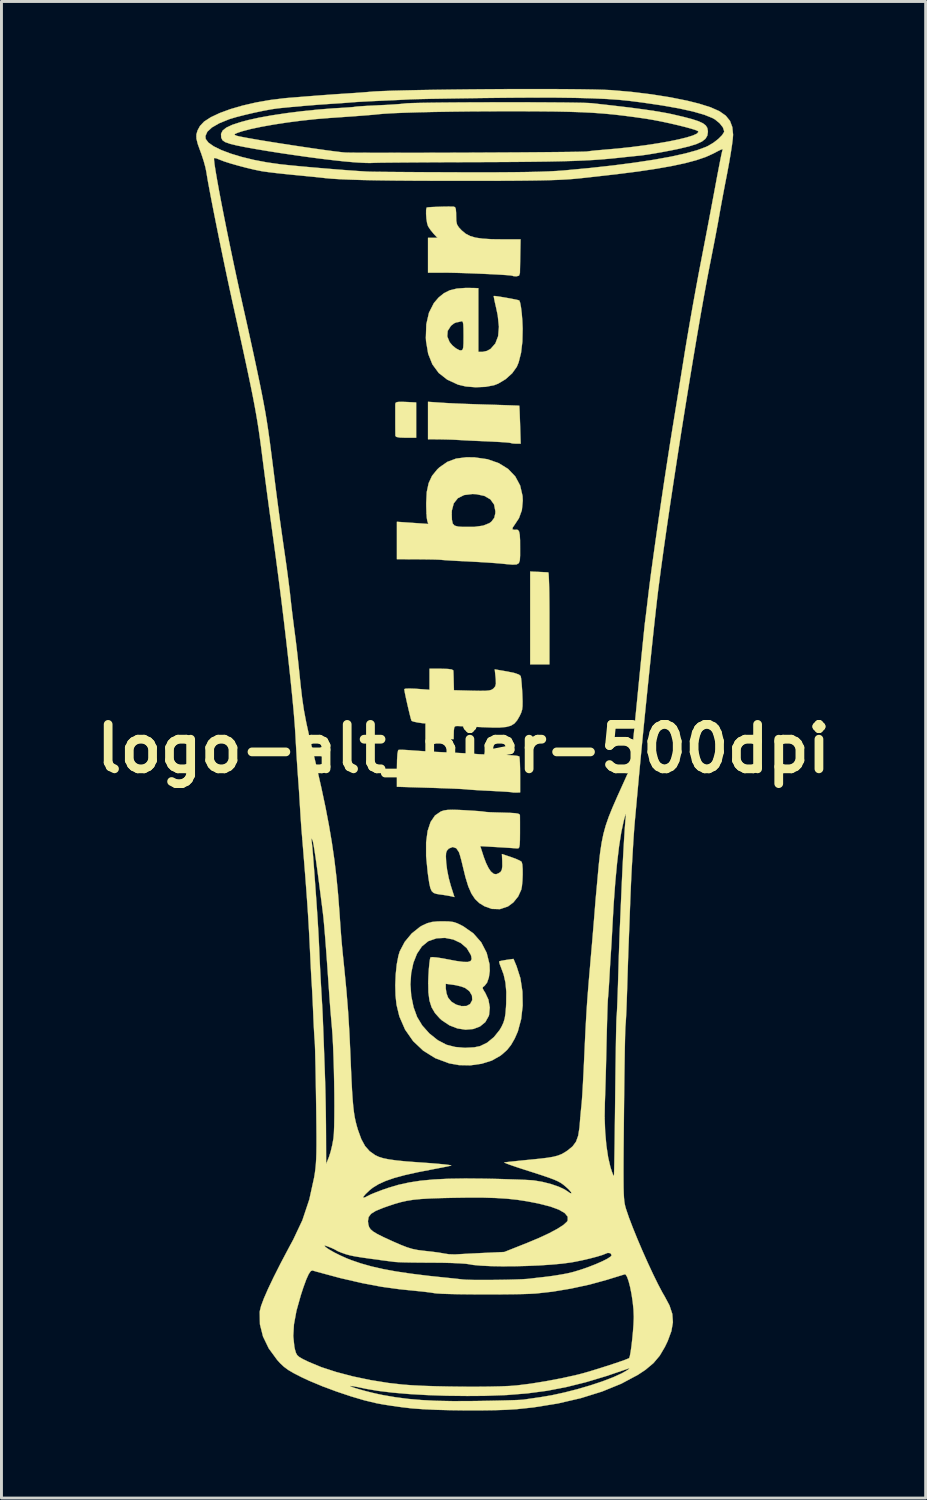
<source format=kicad_pcb>
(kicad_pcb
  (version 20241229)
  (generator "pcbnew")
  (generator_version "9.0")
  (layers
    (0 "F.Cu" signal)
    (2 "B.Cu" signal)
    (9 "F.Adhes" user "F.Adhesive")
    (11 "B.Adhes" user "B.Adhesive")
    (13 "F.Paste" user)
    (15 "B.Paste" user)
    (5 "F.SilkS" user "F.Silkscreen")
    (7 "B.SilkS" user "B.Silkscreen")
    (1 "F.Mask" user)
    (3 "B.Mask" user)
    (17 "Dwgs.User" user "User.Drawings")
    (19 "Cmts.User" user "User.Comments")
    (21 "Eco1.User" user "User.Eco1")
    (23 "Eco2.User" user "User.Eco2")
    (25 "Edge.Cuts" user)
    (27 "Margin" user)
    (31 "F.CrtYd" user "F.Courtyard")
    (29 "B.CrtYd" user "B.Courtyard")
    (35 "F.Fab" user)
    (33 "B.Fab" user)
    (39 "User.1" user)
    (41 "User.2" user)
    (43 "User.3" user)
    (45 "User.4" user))
  (footprint "logo-alt_bier-500dpi"
    (layer "F.Cu")
    (at 12.852 22.635)
    (property "Reference" "logo-alt_bier-500dpi" (at 0 0 0) (layer "F.SilkS") (effects (font (size 1.524 1.524) (thickness 0.3))))
    (attr through_hole)
    (fp_poly (pts (xy 2.578 -6.066) (xy 2.743 -6.058) (xy 2.865 -6.052) (xy 2.908 -6.049) (xy 2.918 -5.999) (xy 2.926 -5.86) (xy 2.934 -5.644) (xy 2.94 -5.363) (xy 2.944 -5.029) (xy 2.946 -4.656) (xy 2.946 -4.47) (xy 2.946 -2.896) (xy 2.286 -2.896) (xy 2.286 -6.079) (xy 2.578 -6.066)) (stroke (width 0.01) (type solid)) (fill yes) (layer "F.SilkS"))
    (fp_poly (pts (xy -1.981 -11.896) (xy -1.626 -11.879) (xy -1.626 -10.668) (xy -1.981 -10.668) (xy -2.189 -10.675) (xy -2.305 -10.697) (xy -2.338 -10.732) (xy -2.34 -10.834) (xy -2.341 -11.001) (xy -2.342 -11.205) (xy -2.342 -11.419) (xy -2.342 -11.614) (xy -2.342 -11.763) (xy -2.34 -11.836) (xy -2.32 -11.877) (xy -2.25 -11.897) (xy -2.112 -11.9) (xy -1.981 -11.896)) (stroke (width 0.01) (type solid)) (fill yes) (layer "F.SilkS"))
    (fp_poly (pts (xy -0.749 -11.869) (xy -0.551 -11.857) (xy -0.276 -11.844) (xy 0.052 -11.83) (xy 0.408 -11.818) (xy 0.769 -11.806) (xy 0.813 -11.805) (xy 1.134 -11.795) (xy 1.419 -11.786) (xy 1.652 -11.778) (xy 1.818 -11.772) (xy 1.904 -11.768) (xy 1.912 -11.767) (xy 1.916 -11.717) (xy 1.923 -11.584) (xy 1.93 -11.389) (xy 1.939 -11.15) (xy 1.94 -11.113) (xy 1.96 -10.465) (xy 1.801 -10.465) (xy 1.683 -10.472) (xy 1.619 -10.488) (xy 1.619 -10.488) (xy 1.563 -10.499) (xy 1.423 -10.511) (xy 1.218 -10.524) (xy 0.967 -10.537) (xy 0.836 -10.543) (xy 0.544 -10.556) (xy 0.267 -10.568) (xy 0.029 -10.58) (xy -0.141 -10.59) (xy -0.178 -10.592) (xy -0.36 -10.602) (xy -0.593 -10.609) (xy -0.826 -10.614) (xy -1.219 -10.617) (xy -1.219 -11.901) (xy -0.749 -11.869)) (stroke (width 0.01) (type solid)) (fill yes) (layer "F.SilkS"))
    (fp_poly (pts (xy -2.01 0.041) (xy -1.819 0.053) (xy -1.767 0.058) (xy -1.568 0.072) (xy -1.298 0.089) (xy -0.987 0.107) (xy -0.665 0.122) (xy -0.54 0.128) (xy -0.249 0.141) (xy 0.016 0.155) (xy 0.234 0.167) (xy 0.385 0.177) (xy 0.432 0.181) (xy 0.541 0.189) (xy 0.725 0.196) (xy 0.961 0.203) (xy 1.222 0.208) (xy 1.233 0.208) (xy 1.48 0.215) (xy 1.688 0.228) (xy 1.838 0.244) (xy 1.909 0.263) (xy 1.912 0.265) (xy 1.923 0.332) (xy 1.933 0.479) (xy 1.939 0.683) (xy 1.941 0.906) (xy 1.941 1.499) (xy 1.81 1.504) (xy 1.706 1.503) (xy 1.663 1.494) (xy 1.61 1.487) (xy 1.474 1.476) (xy 1.274 1.464) (xy 1.028 1.451) (xy 0.939 1.446) (xy 0.67 1.433) (xy 0.429 1.419) (xy 0.238 1.406) (xy 0.12 1.396) (xy 0.104 1.394) (xy 0.018 1.387) (xy -0.153 1.377) (xy -0.392 1.367) (xy -0.684 1.356) (xy -1.01 1.344) (xy -1.153 1.34) (xy -2.286 1.305) (xy -2.286 0.682) (xy -2.281 0.385) (xy -2.268 0.177) (xy -2.246 0.062) (xy -2.231 0.041) (xy -2.157 0.036) (xy -2.01 0.041)) (stroke (width 0.01) (type solid)) (fill yes) (layer "F.SilkS"))
    (fp_poly (pts (xy -0.362 -18.597) (xy -0.343 -18.596) (xy -0.293 -18.579) (xy -0.266 -18.516) (xy -0.255 -18.385) (xy -0.254 -18.282) (xy -0.249 -18.103) (xy -0.224 -17.985) (xy -0.164 -17.888) (xy -0.064 -17.781) (xy 0.067 -17.671) (xy 0.22 -17.59) (xy 0.41 -17.533) (xy 0.656 -17.498) (xy 0.972 -17.479) (xy 1.311 -17.475) (xy 1.956 -17.475) (xy 1.946 -16.954) (xy 1.942 -16.722) (xy 1.938 -16.519) (xy 1.935 -16.371) (xy 1.934 -16.32) (xy 1.903 -16.229) (xy 1.812 -16.205) (xy 1.711 -16.213) (xy 1.672 -16.226) (xy 1.615 -16.236) (xy 1.473 -16.248) (xy 1.264 -16.262) (xy 1.003 -16.276) (xy 0.707 -16.29) (xy 0.394 -16.303) (xy 0.079 -16.315) (xy -0.219 -16.324) (xy -0.485 -16.33) (xy -0.699 -16.332) (xy -1.219 -16.332) (xy -1.219 -16.929) (xy -1.219 -17.526) (xy -0.895 -17.526) (xy -1.026 -17.666) (xy -1.132 -17.795) (xy -1.214 -17.919) (xy -1.218 -17.926) (xy -1.25 -18.03) (xy -1.273 -18.181) (xy -1.285 -18.344) (xy -1.284 -18.483) (xy -1.267 -18.561) (xy -1.265 -18.564) (xy -1.209 -18.574) (xy -1.08 -18.583) (xy -0.903 -18.59) (xy -0.706 -18.596) (xy -0.517 -18.599) (xy -0.362 -18.597)) (stroke (width 0.01) (type solid)) (fill yes) (layer "F.SilkS"))
    (fp_poly (pts (xy -0.538 -2.737) (xy -0.404 -2.719) (xy -0.352 -2.687) (xy -0.35 -2.68) (xy -0.346 -2.597) (xy -0.341 -2.449) (xy -0.338 -2.311) (xy -0.33 -2.007) (xy 0.297 -1.99) (xy 0.566 -1.985) (xy 0.753 -1.987) (xy 0.877 -1.999) (xy 0.959 -2.021) (xy 1.016 -2.058) (xy 1.027 -2.067) (xy 1.086 -2.137) (xy 1.11 -2.227) (xy 1.106 -2.372) (xy 1.1 -2.441) (xy 1.07 -2.723) (xy 1.498 -2.649) (xy 1.747 -2.597) (xy 1.899 -2.544) (xy 1.959 -2.494) (xy 1.975 -2.411) (xy 1.991 -2.253) (xy 2.007 -2.043) (xy 2.016 -1.88) (xy 2.025 -1.633) (xy 2.023 -1.46) (xy 2.008 -1.334) (xy 1.974 -1.228) (xy 1.922 -1.118) (xy 1.836 -0.971) (xy 1.743 -0.864) (xy 1.625 -0.791) (xy 1.466 -0.747) (xy 1.251 -0.728) (xy 0.964 -0.728) (xy 0.686 -0.738) (xy 0.408 -0.75) (xy 0.157 -0.762) (xy -0.044 -0.771) (xy -0.175 -0.778) (xy -0.203 -0.779) (xy -0.282 -0.775) (xy -0.32 -0.732) (xy -0.333 -0.623) (xy -0.335 -0.559) (xy -0.34 -0.33) (xy -0.538 -0.33) (xy -0.727 -0.334) (xy -0.928 -0.344) (xy -0.953 -0.346) (xy -1.168 -0.361) (xy -1.168 -0.613) (xy -1.175 -0.766) (xy -1.201 -0.843) (xy -1.253 -0.865) (xy -1.257 -0.866) (xy -1.405 -0.876) (xy -1.566 -0.899) (xy -1.703 -0.927) (xy -1.779 -0.954) (xy -1.782 -0.957) (xy -1.803 -1.015) (xy -1.838 -1.147) (xy -1.882 -1.327) (xy -1.929 -1.529) (xy -1.973 -1.728) (xy -2.009 -1.899) (xy -2.029 -2.015) (xy -2.032 -2.046) (xy -1.985 -2.06) (xy -1.861 -2.065) (xy -1.681 -2.059) (xy -1.6 -2.054) (xy -1.168 -2.022) (xy -1.168 -2.743) (xy -0.762 -2.743) (xy -0.538 -2.737)) (stroke (width 0.01) (type solid)) (fill yes) (layer "F.SilkS"))
    (fp_poly (pts (xy 0.343 -15.805) (xy 0.508 -15.799) (xy 0.508 -13.614) (xy 0.654 -13.614) (xy 0.8 -13.646) (xy 0.927 -13.715) (xy 1.091 -13.902) (xy 1.187 -14.154) (xy 1.214 -14.474) (xy 1.173 -14.865) (xy 1.121 -15.113) (xy 1.078 -15.301) (xy 1.048 -15.446) (xy 1.035 -15.524) (xy 1.036 -15.531) (xy 1.088 -15.529) (xy 1.212 -15.512) (xy 1.378 -15.485) (xy 1.56 -15.453) (xy 1.728 -15.421) (xy 1.855 -15.394) (xy 1.912 -15.377) (xy 1.912 -15.377) (xy 1.941 -15.301) (xy 1.97 -15.147) (xy 1.996 -14.936) (xy 2.016 -14.692) (xy 2.027 -14.437) (xy 2.028 -14.407) (xy 2.018 -13.968) (xy 1.972 -13.579) (xy 1.891 -13.258) (xy 1.827 -13.102) (xy 1.669 -12.881) (xy 1.445 -12.679) (xy 1.189 -12.525) (xy 1.047 -12.47) (xy 0.75 -12.414) (xy 0.412 -12.4) (xy 0.079 -12.427) (xy -0.188 -12.49) (xy -0.559 -12.661) (xy -0.852 -12.891) (xy -1.069 -13.186) (xy -1.213 -13.548) (xy -1.286 -13.981) (xy -1.293 -14.098) (xy -1.291 -14.144) (xy -0.559 -14.144) (xy -0.479 -13.95) (xy -0.386 -13.838) (xy -0.262 -13.735) (xy -0.146 -13.673) (xy -0.107 -13.665) (xy -0.058 -13.671) (xy -0.027 -13.701) (xy -0.01 -13.773) (xy -0.002 -13.906) (xy -0.000037 -14.119) (xy 0 -14.179) (xy -0.002 -14.412) (xy -0.009 -14.56) (xy -0.025 -14.639) (xy -0.051 -14.666) (xy -0.08 -14.661) (xy -0.196 -14.633) (xy -0.235 -14.63) (xy -0.319 -14.597) (xy -0.425 -14.515) (xy -0.434 -14.506) (xy -0.544 -14.334) (xy -0.559 -14.144) (xy -1.291 -14.144) (xy -1.277 -14.562) (xy -1.186 -14.958) (xy -1.018 -15.288) (xy -0.855 -15.479) (xy -0.671 -15.627) (xy -0.469 -15.728) (xy -0.226 -15.786) (xy 0.078 -15.808) (xy 0.343 -15.805)) (stroke (width 0.01) (type solid)) (fill yes) (layer "F.SilkS"))
    (fp_poly (pts (xy 0.376 -9.995) (xy 0.823 -9.931) (xy 1.209 -9.796) (xy 1.528 -9.598) (xy 1.774 -9.341) (xy 1.941 -9.03) (xy 2.024 -8.671) (xy 2.032 -8.508) (xy 2.001 -8.184) (xy 1.901 -7.909) (xy 1.769 -7.709) (xy 1.686 -7.587) (xy 1.678 -7.525) (xy 1.748 -7.508) (xy 1.812 -7.514) (xy 1.867 -7.504) (xy 1.905 -7.45) (xy 1.928 -7.336) (xy 1.939 -7.15) (xy 1.94 -6.877) (xy 1.94 -6.865) (xy 1.94 -6.626) (xy 1.931 -6.465) (xy 1.897 -6.368) (xy 1.821 -6.322) (xy 1.688 -6.315) (xy 1.481 -6.332) (xy 1.295 -6.351) (xy 1.094 -6.368) (xy 0.823 -6.387) (xy 0.513 -6.406) (xy 0.195 -6.423) (xy 0.102 -6.428) (xy -0.176 -6.441) (xy -0.42 -6.455) (xy -0.613 -6.467) (xy -0.734 -6.476) (xy -0.762 -6.48) (xy -0.838 -6.485) (xy -0.996 -6.491) (xy -1.213 -6.495) (xy -1.471 -6.498) (xy -1.562 -6.499) (xy -2.286 -6.502) (xy -2.286 -7.785) (xy -1.748 -7.748) (xy -1.209 -7.711) (xy -1.245 -7.824) (xy -1.261 -7.923) (xy -1.271 -8.067) (xy -0.406 -8.067) (xy -0.399 -7.855) (xy -0.371 -7.723) (xy -0.304 -7.652) (xy -0.18 -7.62) (xy -0.033 -7.61) (xy 0.365 -7.61) (xy 0.672 -7.653) (xy 0.888 -7.739) (xy 0.961 -7.796) (xy 1.054 -7.921) (xy 1.09 -8.075) (xy 1.092 -8.149) (xy 1.048 -8.377) (xy 0.921 -8.554) (xy 0.715 -8.673) (xy 0.437 -8.732) (xy 0.304 -8.738) (xy 0.018 -8.702) (xy -0.195 -8.595) (xy -0.336 -8.418) (xy -0.401 -8.173) (xy -0.406 -8.067) (xy -1.271 -8.067) (xy -1.273 -8.095) (xy -1.28 -8.309) (xy -1.281 -8.429) (xy -1.262 -8.806) (xy -1.197 -9.111) (xy -1.08 -9.362) (xy -0.902 -9.581) (xy -0.823 -9.655) (xy -0.557 -9.84) (xy -0.255 -9.953) (xy 0.101 -9.999) (xy 0.376 -9.995)) (stroke (width 0.01) (type solid)) (fill yes) (layer "F.SilkS"))
    (fp_poly (pts (xy -0.146 2.1) (xy 0.047 2.11) (xy 0.291 2.125) (xy 0.498 2.139) (xy 0.645 2.152) (xy 0.714 2.162) (xy 0.715 2.163) (xy 0.775 2.17) (xy 0.915 2.179) (xy 1.114 2.186) (xy 1.338 2.192) (xy 1.596 2.2) (xy 1.769 2.211) (xy 1.873 2.228) (xy 1.922 2.254) (xy 1.934 2.283) (xy 1.935 2.365) (xy 1.936 2.523) (xy 1.936 2.732) (xy 1.936 2.896) (xy 1.934 3.134) (xy 1.926 3.289) (xy 1.911 3.377) (xy 1.885 3.414) (xy 1.845 3.42) (xy 1.845 3.42) (xy 1.761 3.414) (xy 1.599 3.403) (xy 1.384 3.389) (xy 1.164 3.376) (xy 0.573 3.341) (xy 0.694 3.715) (xy 0.77 3.915) (xy 0.855 4.09) (xy 0.933 4.206) (xy 0.939 4.213) (xy 1.035 4.293) (xy 1.117 4.305) (xy 1.191 4.278) (xy 1.269 4.229) (xy 1.313 4.154) (xy 1.33 4.029) (xy 1.327 3.831) (xy 1.325 3.8) (xy 1.316 3.612) (xy 1.636 3.719) (xy 1.805 3.782) (xy 1.934 3.841) (xy 1.993 3.881) (xy 2.016 3.969) (xy 2.028 4.128) (xy 2.029 4.326) (xy 2.02 4.533) (xy 2.002 4.72) (xy 1.979 4.837) (xy 1.874 5.068) (xy 1.707 5.274) (xy 1.523 5.411) (xy 1.248 5.503) (xy 0.972 5.495) (xy 0.724 5.407) (xy 0.543 5.297) (xy 0.395 5.156) (xy 0.271 4.97) (xy 0.163 4.724) (xy 0.065 4.404) (xy -0.024 4.039) (xy -0.072 3.839) (xy -0.121 3.66) (xy -0.159 3.545) (xy -0.25 3.414) (xy -0.37 3.371) (xy -0.5 3.422) (xy -0.518 3.437) (xy -0.571 3.497) (xy -0.599 3.572) (xy -0.606 3.691) (xy -0.597 3.881) (xy -0.595 3.912) (xy -0.564 4.159) (xy -0.508 4.44) (xy -0.44 4.691) (xy -0.313 5.089) (xy -0.423 5.062) (xy -0.537 5.04) (xy -0.704 5.013) (xy -0.804 5) (xy -0.933 4.979) (xy -1.026 4.946) (xy -1.092 4.885) (xy -1.139 4.778) (xy -1.176 4.611) (xy -1.213 4.366) (xy -1.231 4.231) (xy -1.284 3.684) (xy -1.284 3.214) (xy -1.233 2.823) (xy -1.131 2.514) (xy -0.979 2.29) (xy -0.777 2.152) (xy -0.676 2.118) (xy -0.551 2.099) (xy -0.382 2.094) (xy -0.146 2.1)) (stroke (width 0.01) (type solid)) (fill yes) (layer "F.SilkS"))
    (fp_poly (pts (xy -0.519 5.924) (xy -0.36 5.943) (xy -0.22 5.987) (xy -0.055 6.068) (xy -0.008 6.093) (xy 0.336 6.334) (xy 0.606 6.641) (xy 0.793 7.002) (xy 0.891 7.393) (xy 0.899 7.622) (xy 0.869 7.841) (xy 0.808 8.021) (xy 0.723 8.132) (xy 0.716 8.137) (xy 0.661 8.18) (xy 0.658 8.23) (xy 0.709 8.321) (xy 0.741 8.368) (xy 0.853 8.607) (xy 0.9 8.877) (xy 0.875 9.133) (xy 0.865 9.166) (xy 0.747 9.378) (xy 0.564 9.528) (xy 0.334 9.615) (xy 0.071 9.638) (xy -0.207 9.596) (xy -0.485 9.489) (xy -0.745 9.315) (xy -0.819 9.248) (xy -0.981 9.066) (xy -1.096 8.869) (xy -1.169 8.639) (xy -1.206 8.356) (xy -1.208 8.226) (xy -0.61 8.226) (xy -0.585 8.39) (xy -0.53 8.541) (xy -0.415 8.68) (xy -0.252 8.779) (xy -0.069 8.83) (xy 0.101 8.825) (xy 0.225 8.759) (xy 0.299 8.623) (xy 0.289 8.468) (xy 0.203 8.32) (xy 0.057 8.208) (xy -0.079 8.157) (xy -0.261 8.113) (xy -0.348 8.099) (xy -0.61 8.064) (xy -0.61 8.226) (xy -1.208 8.226) (xy -1.212 8.002) (xy -1.205 7.806) (xy -1.191 7.567) (xy -1.172 7.364) (xy -1.152 7.221) (xy -1.134 7.158) (xy -1.067 7.149) (xy -0.924 7.161) (xy -0.725 7.191) (xy -0.583 7.218) (xy -0.254 7.28) (xy -0.012 7.313) (xy 0.15 7.314) (xy 0.244 7.283) (xy 0.278 7.217) (xy 0.263 7.114) (xy 0.246 7.065) (xy 0.11 6.84) (xy -0.097 6.664) (xy -0.353 6.544) (xy -0.635 6.489) (xy -0.922 6.503) (xy -1.193 6.595) (xy -1.218 6.608) (xy -1.43 6.782) (xy -1.598 7.033) (xy -1.721 7.344) (xy -1.797 7.699) (xy -1.822 8.083) (xy -1.795 8.479) (xy -1.714 8.87) (xy -1.594 9.2) (xy -1.418 9.493) (xy -1.173 9.768) (xy -0.887 9.997) (xy -0.588 10.154) (xy -0.584 10.156) (xy -0.29 10.231) (xy 0.042 10.261) (xy 0.366 10.244) (xy 0.566 10.203) (xy 0.809 10.085) (xy 1.042 9.893) (xy 1.238 9.649) (xy 1.306 9.532) (xy 1.37 9.393) (xy 1.412 9.253) (xy 1.439 9.082) (xy 1.457 8.853) (xy 1.463 8.727) (xy 1.467 8.342) (xy 1.439 8.026) (xy 1.376 7.746) (xy 1.286 7.505) (xy 1.239 7.382) (xy 1.221 7.305) (xy 1.224 7.296) (xy 1.282 7.278) (xy 1.406 7.255) (xy 1.479 7.243) (xy 1.713 7.21) (xy 1.816 7.453) (xy 1.95 7.872) (xy 2.02 8.334) (xy 2.029 8.809) (xy 1.976 9.274) (xy 1.862 9.7) (xy 1.754 9.945) (xy 1.627 10.165) (xy 1.495 10.331) (xy 1.324 10.484) (xy 1.259 10.534) (xy 0.971 10.697) (xy 0.62 10.807) (xy 0.235 10.861) (xy -0.16 10.853) (xy -0.494 10.793) (xy -0.968 10.616) (xy -1.381 10.36) (xy -1.729 10.031) (xy -2.005 9.636) (xy -2.202 9.183) (xy -2.299 8.783) (xy -2.333 8.466) (xy -2.342 8.109) (xy -2.327 7.743) (xy -2.291 7.397) (xy -2.234 7.101) (xy -2.189 6.952) (xy -2.019 6.628) (xy -1.78 6.339) (xy -1.496 6.111) (xy -1.403 6.058) (xy -1.242 5.985) (xy -1.085 5.943) (xy -0.894 5.924) (xy -0.737 5.921) (xy -0.519 5.924)) (stroke (width 0.01) (type solid)) (fill yes) (layer "F.SilkS"))
    (fp_poly (pts (xy 2.1 -22.176) (xy 2.576 -22.175) (xy 3.022 -22.172) (xy 3.425 -22.169) (xy 3.775 -22.164) (xy 4.06 -22.159) (xy 4.27 -22.152) (xy 4.394 -22.145) (xy 5.101 -22.066) (xy 5.71 -21.994) (xy 6.226 -21.925) (xy 6.653 -21.861) (xy 6.996 -21.8) (xy 7.162 -21.765) (xy 7.547 -21.675) (xy 7.843 -21.597) (xy 8.062 -21.525) (xy 8.213 -21.455) (xy 8.31 -21.38) (xy 8.362 -21.295) (xy 8.381 -21.194) (xy 8.382 -21.158) (xy 8.362 -21.031) (xy 8.297 -20.923) (xy 8.177 -20.829) (xy 7.99 -20.744) (xy 7.729 -20.663) (xy 7.382 -20.58) (xy 7.128 -20.528) (xy 6.835 -20.472) (xy 6.549 -20.422) (xy 6.299 -20.381) (xy 6.112 -20.355) (xy 6.071 -20.35) (xy 5.877 -20.331) (xy 5.626 -20.305) (xy 5.365 -20.277) (xy 5.283 -20.268) (xy 5.013 -20.241) (xy 4.733 -20.217) (xy 4.436 -20.196) (xy 4.112 -20.179) (xy 3.751 -20.164) (xy 3.346 -20.153) (xy 2.885 -20.143) (xy 2.361 -20.136) (xy 1.765 -20.13) (xy 1.086 -20.126) (xy 0.316 -20.123) (xy 0.182 -20.123) (xy -0.381 -20.121) (xy -0.916 -20.119) (xy -1.413 -20.116) (xy -1.865 -20.113) (xy -2.261 -20.11) (xy -2.593 -20.107) (xy -2.852 -20.104) (xy -3.029 -20.1) (xy -3.115 -20.097) (xy -3.12 -20.097) (xy -3.212 -20.093) (xy -3.38 -20.097) (xy -3.598 -20.108) (xy -3.785 -20.121) (xy -4.108 -20.15) (xy -4.49 -20.192) (xy -4.916 -20.243) (xy -5.369 -20.303) (xy -5.834 -20.369) (xy -6.296 -20.437) (xy -6.737 -20.507) (xy -7.143 -20.575) (xy -7.498 -20.639) (xy -7.786 -20.697) (xy -7.991 -20.746) (xy -8.013 -20.753) (xy -8.178 -20.811) (xy -8.269 -20.874) (xy -8.312 -20.96) (xy -8.313 -20.965) (xy -8.318 -21.061) (xy -7.857 -21.061) (xy -7.793 -21.03) (xy -7.701 -21.007) (xy -7.523 -20.972) (xy -7.274 -20.927) (xy -6.967 -20.874) (xy -6.618 -20.817) (xy -6.24 -20.757) (xy -5.849 -20.697) (xy -5.458 -20.638) (xy -5.082 -20.583) (xy -4.737 -20.534) (xy -4.435 -20.494) (xy -4.192 -20.465) (xy -4.089 -20.454) (xy -3.998 -20.45) (xy -3.815 -20.447) (xy -3.552 -20.445) (xy -3.218 -20.444) (xy -2.821 -20.443) (xy -2.372 -20.442) (xy -1.88 -20.443) (xy -1.354 -20.444) (xy -0.805 -20.445) (xy -0.24 -20.447) (xy 0.33 -20.449) (xy 0.895 -20.452) (xy 1.447 -20.455) (xy 1.975 -20.458) (xy 2.471 -20.462) (xy 2.925 -20.466) (xy 3.327 -20.47) (xy 3.668 -20.474) (xy 3.939 -20.478) (xy 4.129 -20.483) (xy 4.231 -20.487) (xy 4.242 -20.489) (xy 4.366 -20.506) (xy 4.554 -20.526) (xy 4.769 -20.544) (xy 4.801 -20.547) (xy 5.284 -20.589) (xy 5.758 -20.64) (xy 6.213 -20.699) (xy 6.639 -20.763) (xy 7.027 -20.83) (xy 7.367 -20.9) (xy 7.649 -20.969) (xy 7.865 -21.036) (xy 8.004 -21.099) (xy 8.056 -21.157) (xy 8.045 -21.186) (xy 7.972 -21.22) (xy 7.819 -21.269) (xy 7.605 -21.328) (xy 7.348 -21.392) (xy 7.067 -21.457) (xy 6.782 -21.518) (xy 6.512 -21.57) (xy 6.276 -21.61) (xy 6.273 -21.611) (xy 5.865 -21.669) (xy 5.49 -21.718) (xy 5.134 -21.759) (xy 4.783 -21.791) (xy 4.421 -21.817) (xy 4.036 -21.836) (xy 3.612 -21.85) (xy 3.135 -21.86) (xy 2.592 -21.865) (xy 1.967 -21.868) (xy 1.676 -21.868) (xy 0.951 -21.867) (xy 0.257 -21.863) (xy -0.396 -21.855) (xy -0.999 -21.845) (xy -1.544 -21.833) (xy -2.021 -21.818) (xy -2.421 -21.802) (xy -2.736 -21.783) (xy -2.921 -21.767) (xy -3.071 -21.751) (xy -3.26 -21.735) (xy -3.502 -21.716) (xy -3.809 -21.693) (xy -4.194 -21.666) (xy -4.572 -21.64) (xy -5.055 -21.601) (xy -5.549 -21.548) (xy -6.037 -21.485) (xy -6.502 -21.414) (xy -6.929 -21.338) (xy -7.299 -21.26) (xy -7.595 -21.182) (xy -7.748 -21.131) (xy -7.846 -21.088) (xy -7.857 -21.061) (xy -8.318 -21.061) (xy -8.319 -21.093) (xy -8.264 -21.206) (xy -8.138 -21.307) (xy -7.934 -21.403) (xy -7.642 -21.498) (xy -7.392 -21.565) (xy -7.018 -21.648) (xy -6.566 -21.729) (xy -6.06 -21.805) (xy -5.525 -21.872) (xy -4.986 -21.927) (xy -4.465 -21.968) (xy -4.343 -21.975) (xy -4.105 -21.989) (xy -3.906 -22.003) (xy -3.766 -22.015) (xy -3.708 -22.024) (xy -3.708 -22.024) (xy -3.65 -22.031) (xy -3.51 -22.041) (xy -3.304 -22.054) (xy -3.053 -22.066) (xy -2.92 -22.073) (xy -2.642 -22.086) (xy -2.392 -22.101) (xy -2.191 -22.116) (xy -2.06 -22.129) (xy -2.032 -22.133) (xy -1.943 -22.141) (xy -1.764 -22.149) (xy -1.505 -22.155) (xy -1.178 -22.161) (xy -0.793 -22.166) (xy -0.362 -22.17) (xy 0.104 -22.173) (xy 0.595 -22.175) (xy 1.098 -22.176) (xy 1.604 -22.177) (xy 2.1 -22.176)) (stroke (width 0.01) (type solid)) (fill yes) (layer "F.SilkS"))
    (fp_poly (pts (xy 3.096 -22.629) (xy 3.61 -22.626) (xy 4.073 -22.621) (xy 4.475 -22.614) (xy 4.804 -22.605) (xy 5.049 -22.594) (xy 5.08 -22.592) (xy 5.761 -22.533) (xy 6.438 -22.45) (xy 7.084 -22.348) (xy 7.673 -22.23) (xy 8.081 -22.128) (xy 8.475 -22.004) (xy 8.777 -21.87) (xy 8.995 -21.717) (xy 9.14 -21.538) (xy 9.22 -21.324) (xy 9.246 -21.066) (xy 9.246 -21.062) (xy 9.236 -20.926) (xy 9.209 -20.711) (xy 9.167 -20.437) (xy 9.114 -20.125) (xy 9.053 -19.794) (xy 9.045 -19.751) (xy 8.977 -19.402) (xy 8.91 -19.05) (xy 8.849 -18.722) (xy 8.798 -18.443) (xy 8.762 -18.238) (xy 8.762 -18.237) (xy 8.727 -18.041) (xy 8.676 -17.768) (xy 8.614 -17.442) (xy 8.544 -17.084) (xy 8.473 -16.719) (xy 8.451 -16.612) (xy 8.356 -16.118) (xy 8.249 -15.537) (xy 8.132 -14.879) (xy 8.008 -14.158) (xy 7.878 -13.386) (xy 7.744 -12.575) (xy 7.608 -11.738) (xy 7.472 -10.886) (xy 7.339 -10.033) (xy 7.21 -9.191) (xy 7.086 -8.372) (xy 6.971 -7.589) (xy 6.866 -6.854) (xy 6.773 -6.179) (xy 6.694 -5.577) (xy 6.682 -5.486) (xy 6.646 -5.189) (xy 6.602 -4.803) (xy 6.551 -4.343) (xy 6.495 -3.823) (xy 6.435 -3.254) (xy 6.372 -2.651) (xy 6.308 -2.027) (xy 6.244 -1.396) (xy 6.181 -0.771) (xy 6.122 -0.164) (xy 6.067 0.409) (xy 6.017 0.937) (xy 5.996 1.168) (xy 5.964 1.516) (xy 5.934 1.844) (xy 5.908 2.135) (xy 5.886 2.369) (xy 5.872 2.528) (xy 5.869 2.565) (xy 5.855 2.734) (xy 5.839 2.963) (xy 5.822 3.213) (xy 5.817 3.302) (xy 5.801 3.573) (xy 5.784 3.861) (xy 5.769 4.113) (xy 5.766 4.166) (xy 5.756 4.359) (xy 5.744 4.623) (xy 5.731 4.926) (xy 5.718 5.235) (xy 5.716 5.309) (xy 5.703 5.645) (xy 5.69 6.011) (xy 5.676 6.363) (xy 5.665 6.66) (xy 5.664 6.68) (xy 5.654 6.934) (xy 5.643 7.259) (xy 5.631 7.625) (xy 5.619 8.003) (xy 5.61 8.306) (xy 5.599 8.629) (xy 5.588 8.929) (xy 5.576 9.185) (xy 5.565 9.38) (xy 5.556 9.494) (xy 5.555 9.5) (xy 5.55 9.582) (xy 5.544 9.757) (xy 5.538 10.014) (xy 5.531 10.343) (xy 5.525 10.735) (xy 5.518 11.179) (xy 5.512 11.666) (xy 5.506 12.187) (xy 5.502 12.573) (xy 5.496 13.19) (xy 5.491 13.713) (xy 5.488 14.153) (xy 5.487 14.516) (xy 5.488 14.813) (xy 5.49 15.052) (xy 5.495 15.242) (xy 5.503 15.39) (xy 5.513 15.507) (xy 5.526 15.6) (xy 5.543 15.679) (xy 5.562 15.751) (xy 5.577 15.799) (xy 5.675 16.087) (xy 5.808 16.435) (xy 5.966 16.824) (xy 6.14 17.232) (xy 6.322 17.64) (xy 6.502 18.026) (xy 6.671 18.37) (xy 6.819 18.651) (xy 6.896 18.783) (xy 7.065 19.099) (xy 7.161 19.389) (xy 7.182 19.675) (xy 7.13 19.978) (xy 7.004 20.319) (xy 6.906 20.523) (xy 6.729 20.823) (xy 6.515 21.076) (xy 6.241 21.306) (xy 5.983 21.477) (xy 5.41 21.783) (xy 4.753 22.051) (xy 4.024 22.278) (xy 3.237 22.461) (xy 2.402 22.595) (xy 1.829 22.656) (xy 1.48 22.678) (xy 1.055 22.692) (xy 0.577 22.699) (xy 0.072 22.699) (xy -0.437 22.692) (xy -0.924 22.679) (xy -1.365 22.659) (xy -1.735 22.632) (xy -1.803 22.626) (xy -2.118 22.589) (xy -2.458 22.542) (xy -2.779 22.491) (xy -2.993 22.451) (xy -3.402 22.353) (xy -3.868 22.215) (xy -4.361 22.05) (xy -4.847 21.868) (xy -4.867 21.86) (xy -3.894 21.86) (xy -3.861 21.884) (xy -3.749 21.924) (xy -3.578 21.976) (xy -3.368 22.034) (xy -3.138 22.092) (xy -2.909 22.144) (xy -2.769 22.173) (xy -2.339 22.247) (xy -1.9 22.304) (xy -1.435 22.344) (xy -0.925 22.37) (xy -0.353 22.381) (xy 0.298 22.378) (xy 0.457 22.376) (xy 0.838 22.37) (xy 1.193 22.362) (xy 1.506 22.354) (xy 1.763 22.346) (xy 1.95 22.338) (xy 2.051 22.331) (xy 2.057 22.33) (xy 2.181 22.311) (xy 2.368 22.284) (xy 2.582 22.253) (xy 2.616 22.249) (xy 3.024 22.18) (xy 3.463 22.084) (xy 3.913 21.969) (xy 4.355 21.839) (xy 4.768 21.702) (xy 5.133 21.562) (xy 5.432 21.426) (xy 5.589 21.337) (xy 5.674 21.277) (xy 5.687 21.254) (xy 5.664 21.26) (xy 4.9 21.52) (xy 4.193 21.732) (xy 3.521 21.899) (xy 2.86 22.026) (xy 2.186 22.115) (xy 1.477 22.172) (xy 0.708 22.2) (xy 0.127 22.204) (xy -0.575 22.196) (xy -1.246 22.173) (xy -1.872 22.137) (xy -2.439 22.088) (xy -2.935 22.028) (xy -3.345 21.958) (xy -3.41 21.944) (xy -3.614 21.901) (xy -3.776 21.871) (xy -3.875 21.859) (xy -3.894 21.86) (xy -4.867 21.86) (xy -5.296 21.681) (xy -5.563 21.556) (xy -5.821 21.424) (xy -6.011 21.313) (xy -6.159 21.204) (xy -6.291 21.08) (xy -6.395 20.965) (xy -6.682 20.573) (xy -6.88 20.162) (xy -6.882 20.153) (xy -5.842 20.153) (xy -5.804 20.515) (xy -5.784 20.608) (xy -5.751 20.721) (xy -5.709 20.801) (xy -5.636 20.867) (xy -5.512 20.939) (xy -5.316 21.034) (xy -5.314 21.035) (xy -4.88 21.215) (xy -4.368 21.382) (xy -3.798 21.532) (xy -3.192 21.659) (xy -2.574 21.758) (xy -2.078 21.814) (xy -1.765 21.837) (xy -1.384 21.856) (xy -0.953 21.87) (xy -0.492 21.88) (xy -0.021 21.886) (xy 0.443 21.887) (xy 0.88 21.883) (xy 1.271 21.874) (xy 1.596 21.86) (xy 1.818 21.843) (xy 2.298 21.783) (xy 2.829 21.697) (xy 3.369 21.595) (xy 3.872 21.483) (xy 3.963 21.461) (xy 4.142 21.413) (xy 4.367 21.347) (xy 4.622 21.269) (xy 4.886 21.185) (xy 5.14 21.102) (xy 5.366 21.026) (xy 5.544 20.963) (xy 5.655 20.918) (xy 5.682 20.904) (xy 5.705 20.836) (xy 5.732 20.69) (xy 5.761 20.487) (xy 5.788 20.249) (xy 5.812 19.999) (xy 5.83 19.759) (xy 5.839 19.551) (xy 5.84 19.482) (xy 5.83 19.238) (xy 5.803 18.977) (xy 5.764 18.715) (xy 5.716 18.471) (xy 5.662 18.264) (xy 5.608 18.113) (xy 5.557 18.035) (xy 5.534 18.029) (xy 5.458 18.052) (xy 5.308 18.098) (xy 5.106 18.16) (xy 4.906 18.222) (xy 4.318 18.383) (xy 3.684 18.52) (xy 3.049 18.626) (xy 2.489 18.688) (xy 2.293 18.699) (xy 2.026 18.708) (xy 1.705 18.714) (xy 1.345 18.718) (xy 0.963 18.72) (xy 0.573 18.72) (xy 0.194 18.717) (xy -0.161 18.713) (xy -0.474 18.706) (xy -0.729 18.698) (xy -0.911 18.687) (xy -0.991 18.678) (xy -1.135 18.655) (xy -1.321 18.632) (xy -1.397 18.623) (xy -1.556 18.607) (xy -1.782 18.584) (xy -2.039 18.558) (xy -2.21 18.54) (xy -2.81 18.458) (xy -3.486 18.33) (xy -4.227 18.159) (xy -5.019 17.946) (xy -5.184 17.898) (xy -5.241 17.92) (xy -5.311 18.02) (xy -5.394 18.203) (xy -5.494 18.476) (xy -5.582 18.745) (xy -5.732 19.279) (xy -5.818 19.745) (xy -5.842 20.153) (xy -6.882 20.153) (xy -6.985 19.744) (xy -6.993 19.327) (xy -6.988 19.287) (xy -6.945 19.114) (xy -6.85 18.86) (xy -6.706 18.53) (xy -6.515 18.129) (xy -6.279 17.661) (xy -6 17.133) (xy -5.952 17.044) (xy -4.775 17.044) (xy -4.731 17.098) (xy -4.613 17.179) (xy -4.44 17.278) (xy -4.232 17.382) (xy -4.009 17.482) (xy -3.861 17.541) (xy -3.522 17.657) (xy -3.16 17.759) (xy -2.763 17.85) (xy -2.316 17.932) (xy -1.806 18.008) (xy -1.218 18.081) (xy -0.686 18.137) (xy -0.449 18.161) (xy -0.241 18.183) (xy -0.089 18.2) (xy -0.025 18.208) (xy 0.094 18.216) (xy 0.294 18.222) (xy 0.554 18.224) (xy 0.852 18.224) (xy 1.168 18.221) (xy 1.481 18.216) (xy 1.769 18.208) (xy 2.011 18.199) (xy 2.187 18.188) (xy 2.235 18.184) (xy 2.473 18.155) (xy 2.729 18.126) (xy 2.87 18.11) (xy 3.084 18.081) (xy 3.337 18.04) (xy 3.551 18.001) (xy 3.778 17.946) (xy 4.031 17.869) (xy 4.291 17.778) (xy 4.542 17.68) (xy 4.764 17.582) (xy 4.939 17.493) (xy 5.05 17.419) (xy 5.08 17.376) (xy 5.041 17.306) (xy 4.948 17.295) (xy 4.885 17.318) (xy 4.766 17.366) (xy 4.572 17.425) (xy 4.331 17.488) (xy 4.07 17.549) (xy 3.813 17.601) (xy 3.683 17.624) (xy 3.374 17.665) (xy 3.007 17.698) (xy 2.599 17.725) (xy 2.169 17.743) (xy 1.736 17.754) (xy 1.317 17.756) (xy 0.931 17.749) (xy 0.597 17.733) (xy 0.333 17.709) (xy 0.197 17.685) (xy 0.075 17.668) (xy -0.129 17.654) (xy -0.396 17.642) (xy -0.706 17.634) (xy -1.038 17.631) (xy -1.098 17.631) (xy -1.43 17.629) (xy -1.74 17.626) (xy -2.009 17.621) (xy -2.218 17.614) (xy -2.348 17.606) (xy -2.362 17.605) (xy -2.796 17.549) (xy -3.141 17.502) (xy -3.411 17.464) (xy -3.62 17.432) (xy -3.779 17.404) (xy -3.901 17.378) (xy -4.001 17.351) (xy -4.039 17.34) (xy -4.193 17.286) (xy -4.308 17.239) (xy -4.343 17.22) (xy -4.418 17.177) (xy -4.533 17.124) (xy -4.653 17.076) (xy -4.745 17.045) (xy -4.775 17.044) (xy -5.952 17.044) (xy -5.842 16.84) (xy -5.544 16.208) (xy -3.28 16.208) (xy -3.266 16.321) (xy -3.24 16.409) (xy -3.189 16.486) (xy -3.1 16.563) (xy -2.959 16.648) (xy -2.752 16.752) (xy -2.466 16.883) (xy -2.431 16.899) (xy -2.154 17.02) (xy -1.938 17.104) (xy -1.754 17.16) (xy -1.571 17.197) (xy -1.361 17.224) (xy -1.321 17.228) (xy -1.087 17.254) (xy -0.871 17.282) (xy -0.707 17.309) (xy -0.66 17.319) (xy -0.499 17.342) (xy -0.302 17.348) (xy -0.229 17.345) (xy -0.08 17.336) (xy 0.141 17.324) (xy 0.406 17.311) (xy 0.686 17.297) (xy 0.711 17.296) (xy 1.397 17.265) (xy 2.178 16.955) (xy 2.586 16.784) (xy 2.936 16.621) (xy 3.219 16.47) (xy 3.426 16.337) (xy 3.548 16.225) (xy 3.573 16.182) (xy 3.573 16.053) (xy 3.473 15.931) (xy 3.274 15.814) (xy 2.978 15.705) (xy 2.585 15.605) (xy 2.549 15.597) (xy 2.194 15.528) (xy 1.847 15.474) (xy 1.49 15.436) (xy 1.102 15.412) (xy 0.667 15.399) (xy 0.164 15.398) (xy -0.31 15.405) (xy -0.769 15.415) (xy -1.144 15.428) (xy -1.452 15.446) (xy -1.712 15.471) (xy -1.94 15.507) (xy -2.155 15.555) (xy -2.374 15.618) (xy -2.614 15.699) (xy -2.766 15.753) (xy -3.014 15.855) (xy -3.174 15.955) (xy -3.258 16.068) (xy -3.28 16.208) (xy -5.544 16.208) (xy -5.529 16.176) (xy -5.291 15.463) (xy -5.125 14.707) (xy -5.1 14.554) (xy -5.081 14.406) (xy -5.066 14.25) (xy -5.055 14.073) (xy -5.048 13.863) (xy -5.045 13.607) (xy -5.045 13.294) (xy -5.048 12.91) (xy -5.053 12.444) (xy -5.057 12.167) (xy -5.064 11.722) (xy -5.071 11.304) (xy -5.078 10.925) (xy -5.086 10.597) (xy -5.092 10.333) (xy -5.099 10.144) (xy -5.104 10.042) (xy -5.105 10.033) (xy -5.114 9.928) (xy -5.125 9.744) (xy -5.138 9.506) (xy -5.151 9.235) (xy -5.154 9.144) (xy -5.167 8.847) (xy -5.181 8.555) (xy -5.194 8.297) (xy -5.205 8.105) (xy -5.207 8.077) (xy -5.219 7.888) (xy -5.233 7.634) (xy -5.247 7.352) (xy -5.257 7.137) (xy -5.276 6.751) (xy -5.294 6.386) (xy -5.314 6.029) (xy -5.336 5.666) (xy -5.362 5.282) (xy -5.392 4.865) (xy -5.427 4.399) (xy -5.469 3.871) (xy -5.518 3.266) (xy -5.532 3.1) (xy -5.219 3.1) (xy -5.208 3.2) (xy -5.192 3.345) (xy -5.174 3.544) (xy -5.158 3.734) (xy -5.1 4.513) (xy -5.051 5.194) (xy -5.011 5.782) (xy -4.981 6.279) (xy -4.96 6.691) (xy -4.956 6.782) (xy -4.939 7.172) (xy -4.921 7.542) (xy -4.901 7.921) (xy -4.878 8.343) (xy -4.851 8.788) (xy -4.844 8.92) (xy -4.836 9.073) (xy -4.828 9.257) (xy -4.819 9.483) (xy -4.808 9.762) (xy -4.795 10.103) (xy -4.78 10.518) (xy -4.762 11.017) (xy -4.749 11.405) (xy -4.74 11.711) (xy -4.732 12.085) (xy -4.725 12.493) (xy -4.72 12.9) (xy -4.718 13.208) (xy -4.714 14.249) (xy -4.616 14.003) (xy -4.559 13.824) (xy -4.504 13.595) (xy -4.463 13.368) (xy -4.448 13.201) (xy -4.438 12.949) (xy -4.433 12.629) (xy -4.431 12.256) (xy -4.433 11.847) (xy -4.439 11.419) (xy -4.448 10.988) (xy -4.461 10.57) (xy -4.476 10.183) (xy -4.494 9.841) (xy -4.515 9.562) (xy -4.516 9.55) (xy -4.541 9.265) (xy -4.567 8.958) (xy -4.588 8.68) (xy -4.595 8.585) (xy -4.64 7.943) (xy -4.678 7.394) (xy -4.712 6.931) (xy -4.741 6.545) (xy -4.767 6.23) (xy -4.789 5.976) (xy -4.808 5.776) (xy -4.826 5.623) (xy -4.827 5.613) (xy -4.904 5.01) (xy -4.97 4.502) (xy -5.026 4.084) (xy -5.073 3.749) (xy -5.112 3.493) (xy -5.142 3.308) (xy -5.166 3.19) (xy -5.182 3.139) (xy -5.212 3.077) (xy -5.219 3.1) (xy -5.532 3.1) (xy -5.561 2.743) (xy -5.574 2.565) (xy -5.59 2.327) (xy -5.606 2.067) (xy -5.613 1.956) (xy -5.628 1.7) (xy -5.644 1.447) (xy -5.659 1.237) (xy -5.664 1.168) (xy -5.691 0.796) (xy -5.721 0.344) (xy -5.751 -0.169) (xy -5.768 -0.483) (xy -5.791 -0.834) (xy -5.827 -1.275) (xy -5.876 -1.793) (xy -5.935 -2.376) (xy -6.004 -3.012) (xy -6.081 -3.691) (xy -6.164 -4.4) (xy -6.253 -5.127) (xy -6.347 -5.861) (xy -6.443 -6.589) (xy -6.528 -7.214) (xy -6.593 -7.686) (xy -6.663 -8.197) (xy -6.733 -8.72) (xy -6.8 -9.225) (xy -6.86 -9.685) (xy -6.908 -10.058) (xy -6.948 -10.37) (xy -6.987 -10.657) (xy -7.026 -10.931) (xy -7.068 -11.201) (xy -7.115 -11.478) (xy -7.168 -11.771) (xy -7.229 -12.091) (xy -7.301 -12.447) (xy -7.385 -12.849) (xy -7.483 -13.308) (xy -7.597 -13.834) (xy -7.73 -14.436) (xy -7.882 -15.124) (xy -7.925 -15.316) (xy -8.009 -15.703) (xy -8.101 -16.131) (xy -8.197 -16.587) (xy -8.295 -17.059) (xy -8.392 -17.532) (xy -8.485 -17.993) (xy -8.572 -18.43) (xy -8.65 -18.83) (xy -8.716 -19.178) (xy -8.769 -19.463) (xy -8.804 -19.67) (xy -8.818 -19.761) (xy -8.853 -19.938) (xy -8.916 -20.168) (xy -8.927 -20.202) (xy -8.56 -20.202) (xy -8.543 -20.05) (xy -8.507 -19.818) (xy -8.455 -19.515) (xy -8.389 -19.149) (xy -8.31 -18.731) (xy -8.219 -18.268) (xy -8.12 -17.772) (xy -8.013 -17.25) (xy -7.901 -16.713) (xy -7.785 -16.169) (xy -7.667 -15.627) (xy -7.549 -15.098) (xy -7.518 -14.961) (xy -7.42 -14.523) (xy -7.315 -14.047) (xy -7.209 -13.563) (xy -7.11 -13.1) (xy -7.024 -12.689) (xy -6.984 -12.497) (xy -6.914 -12.148) (xy -6.854 -11.835) (xy -6.8 -11.541) (xy -6.751 -11.246) (xy -6.703 -10.932) (xy -6.654 -10.583) (xy -6.601 -10.178) (xy -6.54 -9.701) (xy -6.502 -9.398) (xy -6.441 -8.912) (xy -6.381 -8.451) (xy -6.319 -7.986) (xy -6.25 -7.492) (xy -6.171 -6.938) (xy -6.126 -6.629) (xy -6.078 -6.293) (xy -6.031 -5.944) (xy -5.989 -5.614) (xy -5.955 -5.337) (xy -5.944 -5.232) (xy -5.91 -4.928) (xy -5.869 -4.584) (xy -5.828 -4.26) (xy -5.816 -4.166) (xy -5.784 -3.922) (xy -5.757 -3.711) (xy -5.733 -3.514) (xy -5.709 -3.309) (xy -5.683 -3.076) (xy -5.653 -2.795) (xy -5.617 -2.447) (xy -5.59 -2.184) (xy -5.537 -1.731) (xy -5.475 -1.313) (xy -5.395 -0.891) (xy -5.293 -0.427) (xy -5.239 -0.203) (xy -5.044 0.611) (xy -4.877 1.345) (xy -4.735 2.015) (xy -4.616 2.638) (xy -4.516 3.23) (xy -4.432 3.809) (xy -4.363 4.389) (xy -4.305 4.989) (xy -4.256 5.625) (xy -4.243 5.817) (xy -4.222 6.125) (xy -4.201 6.406) (xy -4.177 6.689) (xy -4.147 7.003) (xy -4.109 7.376) (xy -4.089 7.569) (xy -4.017 8.31) (xy -3.961 9.008) (xy -3.918 9.713) (xy -3.886 10.389) (xy -3.864 10.92) (xy -3.844 11.362) (xy -3.825 11.726) (xy -3.805 12.025) (xy -3.784 12.269) (xy -3.76 12.472) (xy -3.733 12.644) (xy -3.7 12.798) (xy -3.661 12.947) (xy -3.621 13.081) (xy -3.507 13.395) (xy -3.379 13.629) (xy -3.223 13.806) (xy -3.032 13.942) (xy -2.912 13.999) (xy -2.757 14.048) (xy -2.556 14.089) (xy -2.295 14.125) (xy -1.961 14.158) (xy -1.541 14.189) (xy -1.422 14.197) (xy -1.13 14.218) (xy -0.866 14.24) (xy -0.648 14.261) (xy -0.495 14.28) (xy -0.422 14.294) (xy -0.419 14.296) (xy -0.461 14.309) (xy -0.585 14.336) (xy -0.772 14.373) (xy -1.003 14.417) (xy -1.029 14.422) (xy -1.564 14.526) (xy -2.009 14.625) (xy -2.375 14.724) (xy -2.672 14.827) (xy -2.913 14.936) (xy -3.108 15.055) (xy -3.221 15.144) (xy -3.363 15.279) (xy -3.437 15.368) (xy -3.44 15.406) (xy -3.37 15.386) (xy -3.289 15.343) (xy -3.173 15.286) (xy -2.988 15.211) (xy -2.762 15.126) (xy -2.584 15.065) (xy -2.239 14.962) (xy -1.872 14.881) (xy -1.472 14.819) (xy -1.025 14.777) (xy -0.518 14.752) (xy 0.062 14.743) (xy 0.728 14.749) (xy 0.813 14.751) (xy 1.188 14.759) (xy 1.542 14.77) (xy 1.86 14.78) (xy 2.123 14.791) (xy 2.316 14.802) (xy 2.413 14.81) (xy 2.709 14.86) (xy 3.004 14.935) (xy 3.268 15.026) (xy 3.473 15.123) (xy 3.535 15.164) (xy 3.651 15.242) (xy 3.701 15.254) (xy 3.689 15.212) (xy 3.615 15.125) (xy 3.503 15.022) (xy 3.419 14.952) (xy 3.334 14.893) (xy 3.234 14.838) (xy 3.105 14.781) (xy 2.932 14.716) (xy 2.702 14.637) (xy 2.4 14.539) (xy 2.111 14.447) (xy 1.856 14.364) (xy 1.644 14.292) (xy 1.489 14.236) (xy 1.407 14.201) (xy 1.399 14.192) (xy 1.464 14.183) (xy 1.612 14.166) (xy 1.824 14.144) (xy 2.084 14.117) (xy 2.271 14.099) (xy 2.618 14.064) (xy 2.882 14.032) (xy 3.081 13.998) (xy 3.235 13.958) (xy 3.361 13.908) (xy 3.479 13.842) (xy 3.569 13.782) (xy 3.741 13.641) (xy 3.859 13.48) (xy 3.933 13.275) (xy 3.976 13.002) (xy 3.985 12.903) (xy 4.002 12.679) (xy 4.006 12.641) (xy 4.84 12.641) (xy 4.858 13.138) (xy 4.899 13.606) (xy 4.961 14.021) (xy 5.038 14.351) (xy 5.091 14.515) (xy 5.133 14.624) (xy 5.157 14.659) (xy 5.159 14.656) (xy 5.163 14.597) (xy 5.167 14.445) (xy 5.172 14.212) (xy 5.177 13.906) (xy 5.183 13.537) (xy 5.188 13.115) (xy 5.194 12.65) (xy 5.2 12.15) (xy 5.202 11.963) (xy 5.208 11.451) (xy 5.214 10.967) (xy 5.221 10.52) (xy 5.227 10.122) (xy 5.233 9.781) (xy 5.239 9.509) (xy 5.244 9.315) (xy 5.249 9.209) (xy 5.25 9.195) (xy 5.258 9.109) (xy 5.267 8.937) (xy 5.277 8.697) (xy 5.288 8.404) (xy 5.299 8.075) (xy 5.304 7.899) (xy 5.315 7.527) (xy 5.326 7.155) (xy 5.338 6.807) (xy 5.348 6.505) (xy 5.357 6.274) (xy 5.359 6.223) (xy 5.371 5.96) (xy 5.385 5.64) (xy 5.399 5.306) (xy 5.41 5.055) (xy 5.434 4.508) (xy 5.459 3.989) (xy 5.485 3.512) (xy 5.509 3.089) (xy 5.532 2.734) (xy 5.553 2.459) (xy 5.565 2.337) (xy 5.571 2.246) (xy 5.561 2.243) (xy 5.533 2.331) (xy 5.491 2.489) (xy 5.41 2.868) (xy 5.335 3.344) (xy 5.267 3.914) (xy 5.205 4.574) (xy 5.15 5.321) (xy 5.105 6.121) (xy 5.091 6.389) (xy 5.076 6.655) (xy 5.062 6.882) (xy 5.055 6.985) (xy 5.043 7.168) (xy 5.028 7.415) (xy 5.012 7.686) (xy 5.003 7.849) (xy 4.989 8.093) (xy 4.974 8.315) (xy 4.961 8.485) (xy 4.954 8.56) (xy 4.948 8.65) (xy 4.94 8.827) (xy 4.932 9.076) (xy 4.923 9.38) (xy 4.914 9.726) (xy 4.905 10.084) (xy 4.896 10.493) (xy 4.886 10.911) (xy 4.875 11.314) (xy 4.864 11.678) (xy 4.854 11.98) (xy 4.848 12.141) (xy 4.84 12.641) (xy 4.006 12.641) (xy 4.021 12.471) (xy 4.036 12.317) (xy 4.039 12.294) (xy 4.056 12.12) (xy 4.075 11.854) (xy 4.095 11.5) (xy 4.118 11.069) (xy 4.14 10.592) (xy 4.163 10.089) (xy 4.183 9.664) (xy 4.203 9.295) (xy 4.223 8.956) (xy 4.245 8.625) (xy 4.272 8.279) (xy 4.303 7.894) (xy 4.342 7.446) (xy 4.346 7.391) (xy 4.38 6.999) (xy 4.413 6.62) (xy 4.442 6.271) (xy 4.467 5.97) (xy 4.486 5.736) (xy 4.498 5.588) (xy 4.515 5.368) (xy 4.532 5.157) (xy 4.546 5.004) (xy 4.561 4.845) (xy 4.58 4.634) (xy 4.597 4.445) (xy 4.641 3.965) (xy 4.686 3.565) (xy 4.737 3.225) (xy 4.799 2.921) (xy 4.878 2.634) (xy 4.979 2.341) (xy 5.108 2.022) (xy 5.268 1.655) (xy 5.304 1.575) (xy 5.729 0.635) (xy 5.968 -1.799) (xy 6.016 -2.289) (xy 6.062 -2.75) (xy 6.104 -3.172) (xy 6.142 -3.546) (xy 6.174 -3.859) (xy 6.199 -4.103) (xy 6.216 -4.266) (xy 6.224 -4.339) (xy 6.225 -4.339) (xy 6.236 -4.427) (xy 6.257 -4.594) (xy 6.284 -4.818) (xy 6.315 -5.078) (xy 6.324 -5.156) (xy 6.371 -5.549) (xy 6.433 -6.027) (xy 6.508 -6.574) (xy 6.592 -7.175) (xy 6.684 -7.816) (xy 6.781 -8.48) (xy 6.881 -9.153) (xy 6.983 -9.818) (xy 7.083 -10.462) (xy 7.18 -11.067) (xy 7.19 -11.125) (xy 7.249 -11.49) (xy 7.32 -11.926) (xy 7.397 -12.403) (xy 7.476 -12.892) (xy 7.552 -13.363) (xy 7.596 -13.64) (xy 7.671 -14.09) (xy 7.76 -14.608) (xy 7.857 -15.16) (xy 7.958 -15.716) (xy 8.055 -16.241) (xy 8.126 -16.612) (xy 8.214 -17.069) (xy 8.309 -17.56) (xy 8.404 -18.058) (xy 8.494 -18.535) (xy 8.575 -18.965) (xy 8.637 -19.297) (xy 8.698 -19.627) (xy 8.756 -19.927) (xy 8.805 -20.18) (xy 8.844 -20.372) (xy 8.87 -20.487) (xy 8.876 -20.51) (xy 8.89 -20.553) (xy 8.877 -20.567) (xy 8.821 -20.548) (xy 8.706 -20.491) (xy 8.56 -20.414) (xy 8.305 -20.299) (xy 7.987 -20.191) (xy 7.602 -20.088) (xy 7.143 -19.99) (xy 6.604 -19.895) (xy 5.981 -19.802) (xy 5.266 -19.711) (xy 4.572 -19.632) (xy 4.374 -19.61) (xy 4.175 -19.588) (xy 4.14 -19.584) (xy 3.939 -19.563) (xy 3.734 -19.544) (xy 3.515 -19.529) (xy 3.274 -19.516) (xy 2.999 -19.506) (xy 2.683 -19.498) (xy 2.315 -19.492) (xy 1.886 -19.487) (xy 1.388 -19.484) (xy 0.809 -19.483) (xy 0.142 -19.482) (xy -0.102 -19.482) (xy -0.953 -19.483) (xy -1.708 -19.486) (xy -2.372 -19.491) (xy -2.951 -19.499) (xy -3.45 -19.509) (xy -3.875 -19.522) (xy -4.23 -19.537) (xy -4.522 -19.555) (xy -4.756 -19.576) (xy -4.826 -19.585) (xy -4.937 -19.597) (xy -5.127 -19.617) (xy -5.375 -19.641) (xy -5.657 -19.669) (xy -5.826 -19.685) (xy -6.131 -19.716) (xy -6.426 -19.748) (xy -6.683 -19.779) (xy -6.879 -19.806) (xy -6.944 -19.817) (xy -7.178 -19.865) (xy -7.449 -19.929) (xy -7.729 -20.003) (xy -7.993 -20.078) (xy -8.212 -20.148) (xy -8.36 -20.205) (xy -8.366 -20.208) (xy -8.481 -20.254) (xy -8.552 -20.266) (xy -8.558 -20.263) (xy -8.56 -20.202) (xy -8.927 -20.202) (xy -8.996 -20.411) (xy -9.027 -20.493) (xy -9.117 -20.743) (xy -9.163 -20.928) (xy -9.164 -21.017) (xy -8.856 -21.017) (xy -8.844 -20.915) (xy -8.752 -20.792) (xy -8.57 -20.665) (xy -8.312 -20.538) (xy -7.987 -20.415) (xy -7.61 -20.301) (xy -7.191 -20.199) (xy -6.743 -20.114) (xy -6.278 -20.048) (xy -6.248 -20.045) (xy -5.944 -20.013) (xy -5.58 -19.978) (xy -5.177 -19.942) (xy -4.757 -19.906) (xy -4.342 -19.872) (xy -3.953 -19.842) (xy -3.613 -19.818) (xy -3.343 -19.801) (xy -3.251 -19.797) (xy -3.138 -19.794) (xy -2.934 -19.791) (xy -2.649 -19.788) (xy -2.295 -19.785) (xy -1.883 -19.782) (xy -1.423 -19.779) (xy -0.925 -19.777) (xy -0.401 -19.775) (xy -0.152 -19.774) (xy 0.561 -19.773) (xy 1.181 -19.774) (xy 1.718 -19.778) (xy 2.179 -19.784) (xy 2.574 -19.793) (xy 2.911 -19.805) (xy 3.2 -19.82) (xy 3.449 -19.838) (xy 3.454 -19.839) (xy 4.329 -19.921) (xy 5.138 -20.01) (xy 5.874 -20.106) (xy 6.534 -20.206) (xy 7.113 -20.311) (xy 7.606 -20.42) (xy 8.008 -20.531) (xy 8.315 -20.645) (xy 8.393 -20.682) (xy 8.574 -20.79) (xy 8.739 -20.918) (xy 8.867 -21.046) (xy 8.935 -21.152) (xy 8.941 -21.182) (xy 8.898 -21.313) (xy 8.786 -21.456) (xy 8.628 -21.586) (xy 8.542 -21.635) (xy 8.262 -21.748) (xy 7.88 -21.858) (xy 7.398 -21.965) (xy 6.817 -22.068) (xy 6.138 -22.168) (xy 5.69 -22.225) (xy 5.331 -22.261) (xy 4.909 -22.29) (xy 4.418 -22.312) (xy 3.852 -22.327) (xy 3.205 -22.336) (xy 2.471 -22.338) (xy 1.645 -22.333) (xy 1.158 -22.328) (xy 0.64 -22.322) (xy 0.142 -22.315) (xy -0.325 -22.308) (xy -0.748 -22.301) (xy -1.118 -22.295) (xy -1.421 -22.288) (xy -1.649 -22.283) (xy -1.788 -22.278) (xy -1.803 -22.278) (xy -1.989 -22.268) (xy -2.245 -22.255) (xy -2.54 -22.242) (xy -2.842 -22.228) (xy -2.896 -22.226) (xy -3.178 -22.213) (xy -3.441 -22.199) (xy -3.659 -22.187) (xy -3.809 -22.176) (xy -3.835 -22.174) (xy -3.976 -22.162) (xy -4.183 -22.147) (xy -4.423 -22.131) (xy -4.547 -22.123) (xy -4.954 -22.095) (xy -5.431 -22.057) (xy -5.946 -22.011) (xy -6.368 -21.969) (xy -6.582 -21.938) (xy -6.863 -21.886) (xy -7.177 -21.82) (xy -7.494 -21.746) (xy -7.782 -21.673) (xy -8.008 -21.606) (xy -8.041 -21.595) (xy -8.379 -21.458) (xy -8.63 -21.314) (xy -8.79 -21.166) (xy -8.856 -21.017) (xy -9.164 -21.017) (xy -9.164 -21.076) (xy -9.123 -21.214) (xy -9.04 -21.365) (xy -8.9 -21.514) (xy -8.672 -21.662) (xy -8.367 -21.806) (xy -7.999 -21.941) (xy -7.58 -22.063) (xy -7.122 -22.169) (xy -6.639 -22.254) (xy -6.143 -22.315) (xy -6.045 -22.324) (xy -5.412 -22.375) (xy -4.869 -22.417) (xy -4.405 -22.451) (xy -4.009 -22.477) (xy -3.962 -22.48) (xy -3.719 -22.496) (xy -3.494 -22.512) (xy -3.32 -22.526) (xy -3.251 -22.532) (xy -3.068 -22.547) (xy -2.794 -22.56) (xy -2.44 -22.573) (xy -2.017 -22.584) (xy -1.536 -22.595) (xy -1.008 -22.604) (xy -0.443 -22.612) (xy 0.146 -22.619) (xy 0.751 -22.624) (xy 1.359 -22.628) (xy 1.96 -22.63) (xy 2.542 -22.63) (xy 3.096 -22.629)) (stroke (width 0.01) (type solid)) (fill yes) (layer "F.SilkS")))
  (gr_rect
    (start -3 -3)
    (end 28.705 48.34)
    (stroke (width 0.1) (type default))
    (fill no)
    (layer "Edge.Cuts")))
</source>
